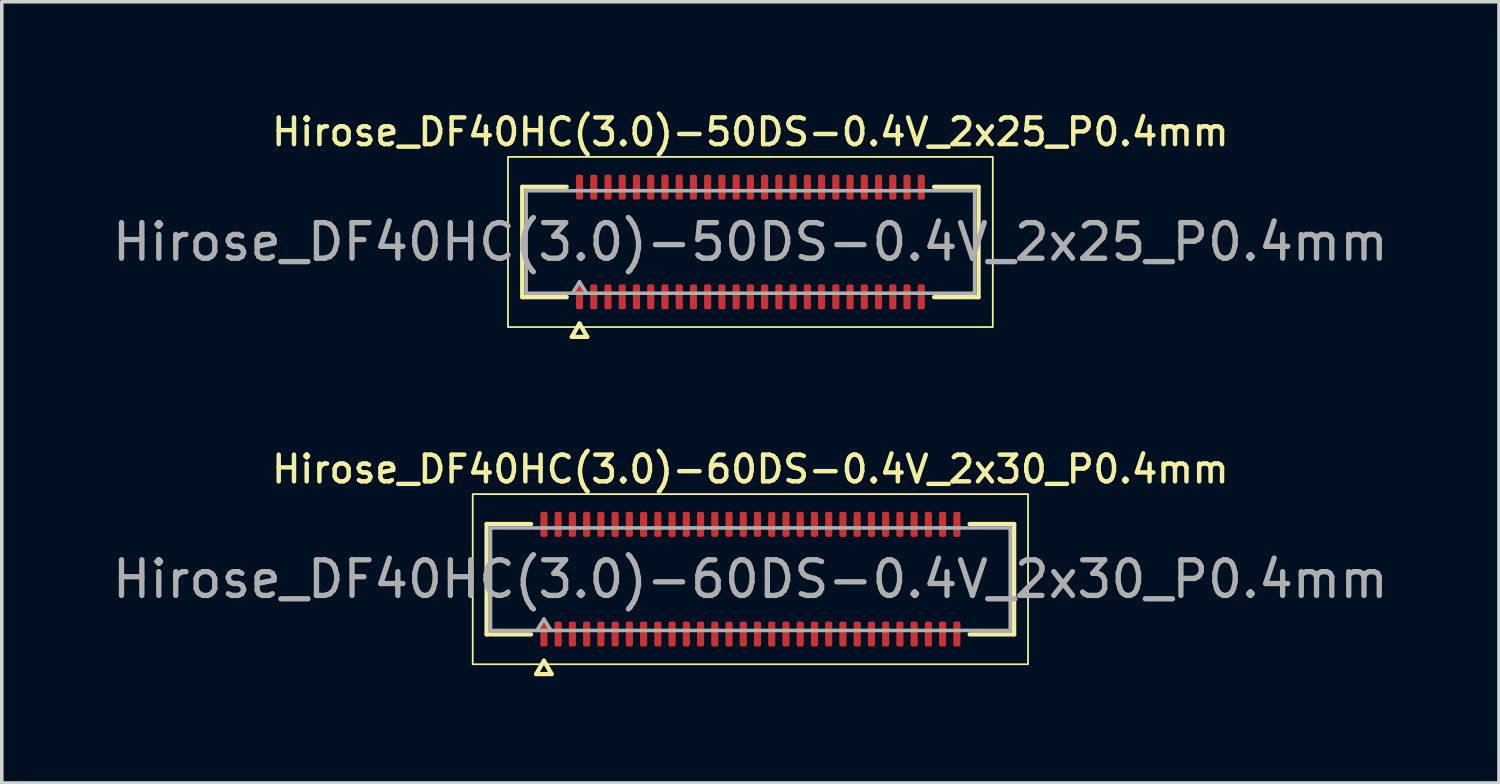
<source format=kicad_pcb>
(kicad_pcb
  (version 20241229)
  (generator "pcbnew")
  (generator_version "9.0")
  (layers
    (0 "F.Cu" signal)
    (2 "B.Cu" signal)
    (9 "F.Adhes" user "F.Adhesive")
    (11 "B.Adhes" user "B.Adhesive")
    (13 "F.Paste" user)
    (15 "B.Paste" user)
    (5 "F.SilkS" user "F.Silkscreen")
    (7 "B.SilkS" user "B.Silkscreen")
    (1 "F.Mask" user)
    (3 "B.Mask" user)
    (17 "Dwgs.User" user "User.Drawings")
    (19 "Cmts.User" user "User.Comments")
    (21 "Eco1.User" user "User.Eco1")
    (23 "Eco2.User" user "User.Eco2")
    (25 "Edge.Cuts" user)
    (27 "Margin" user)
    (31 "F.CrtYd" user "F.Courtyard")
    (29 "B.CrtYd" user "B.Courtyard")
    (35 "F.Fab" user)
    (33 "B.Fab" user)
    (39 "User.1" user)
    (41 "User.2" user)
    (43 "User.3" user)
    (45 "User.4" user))
  (footprint "Hirose_DF40HC(3.0)-50DS-0.4V_2x25_P0.4mm"
    (layer "F.Cu")
    (at 18.03 3.748)
    (property "Reference" "Hirose_DF40HC(3.0)-50DS-0.4V_2x25_P0.4mm" (at 0 -3.09 0) (layer "F.SilkS") (effects (font (size 0.75 0.75) (thickness 0.125))))
    (attr smd)
    (fp_line (start -6.41 -1.55) (end -5.16 -1.55) (stroke (width 0.12) (type solid)) (layer "F.SilkS"))
    (fp_line (start -6.41 1.55) (end -6.41 -1.55) (stroke (width 0.12) (type solid)) (layer "F.SilkS"))
    (fp_line (start -5.16 1.55) (end -6.41 1.55) (stroke (width 0.12) (type solid)) (layer "F.SilkS"))
    (fp_line (start -5.017 2.665) (end -4.8 2.29) (stroke (width 0.12) (type solid)) (layer "F.SilkS"))
    (fp_line (start -4.8 2.29) (end -4.583 2.665) (stroke (width 0.12) (type solid)) (layer "F.SilkS"))
    (fp_line (start -4.583 2.665) (end -5.017 2.665) (stroke (width 0.12) (type solid)) (layer "F.SilkS"))
    (fp_line (start 5.16 -1.55) (end 6.41 -1.55) (stroke (width 0.12) (type solid)) (layer "F.SilkS"))
    (fp_line (start 6.41 -1.55) (end 6.41 1.55) (stroke (width 0.12) (type solid)) (layer "F.SilkS"))
    (fp_line (start 6.41 1.55) (end 5.16 1.55) (stroke (width 0.12) (type solid)) (layer "F.SilkS"))
    (fp_rect (start -6.81 -2.39) (end 6.81 2.39) (stroke (width 0.05) (type solid)) (fill no) (layer "F.SilkS"))
    (fp_line (start -6.3 -1.44) (end 6.3 -1.44) (stroke (width 0.1) (type solid)) (layer "F.Fab"))
    (fp_line (start -6.3 1.44) (end -6.3 -1.44) (stroke (width 0.1) (type solid)) (layer "F.Fab"))
    (fp_line (start -5 1.44) (end -4.8 1.12) (stroke (width 0.1) (type solid)) (layer "F.Fab"))
    (fp_line (start -4.8 1.12) (end -4.6 1.44) (stroke (width 0.1) (type solid)) (layer "F.Fab"))
    (fp_line (start 6.3 -1.44) (end 6.3 1.44) (stroke (width 0.1) (type solid)) (layer "F.Fab"))
    (fp_line (start 6.3 1.44) (end -6.3 1.44) (stroke (width 0.1) (type solid)) (layer "F.Fab"))
    (fp_text user "${REFERENCE}" (at 0 0 0) (layer "F.Fab") (effects (font (size 1 1) (thickness 0.15))))
    (pad "1" smd roundrect (at -4.8 1.54) (size 0.2 0.7) (layers "F.Cu" "F.Mask" "F.Paste") (roundrect_rratio 0.25))
    (pad "2" smd roundrect (at -4.8 -1.54) (size 0.2 0.7) (layers "F.Cu" "F.Mask" "F.Paste") (roundrect_rratio 0.25))
    (pad "3" smd roundrect (at -4.4 1.54) (size 0.2 0.7) (layers "F.Cu" "F.Mask" "F.Paste") (roundrect_rratio 0.25))
    (pad "4" smd roundrect (at -4.4 -1.54) (size 0.2 0.7) (layers "F.Cu" "F.Mask" "F.Paste") (roundrect_rratio 0.25))
    (pad "5" smd roundrect (at -4 1.54) (size 0.2 0.7) (layers "F.Cu" "F.Mask" "F.Paste") (roundrect_rratio 0.25))
    (pad "6" smd roundrect (at -4 -1.54) (size 0.2 0.7) (layers "F.Cu" "F.Mask" "F.Paste") (roundrect_rratio 0.25))
    (pad "7" smd roundrect (at -3.6 1.54) (size 0.2 0.7) (layers "F.Cu" "F.Mask" "F.Paste") (roundrect_rratio 0.25))
    (pad "8" smd roundrect (at -3.6 -1.54) (size 0.2 0.7) (layers "F.Cu" "F.Mask" "F.Paste") (roundrect_rratio 0.25))
    (pad "9" smd roundrect (at -3.2 1.54) (size 0.2 0.7) (layers "F.Cu" "F.Mask" "F.Paste") (roundrect_rratio 0.25))
    (pad "10" smd roundrect (at -3.2 -1.54) (size 0.2 0.7) (layers "F.Cu" "F.Mask" "F.Paste") (roundrect_rratio 0.25))
    (pad "11" smd roundrect (at -2.8 1.54) (size 0.2 0.7) (layers "F.Cu" "F.Mask" "F.Paste") (roundrect_rratio 0.25))
    (pad "12" smd roundrect (at -2.8 -1.54) (size 0.2 0.7) (layers "F.Cu" "F.Mask" "F.Paste") (roundrect_rratio 0.25))
    (pad "13" smd roundrect (at -2.4 1.54) (size 0.2 0.7) (layers "F.Cu" "F.Mask" "F.Paste") (roundrect_rratio 0.25))
    (pad "14" smd roundrect (at -2.4 -1.54) (size 0.2 0.7) (layers "F.Cu" "F.Mask" "F.Paste") (roundrect_rratio 0.25))
    (pad "15" smd roundrect (at -2 1.54) (size 0.2 0.7) (layers "F.Cu" "F.Mask" "F.Paste") (roundrect_rratio 0.25))
    (pad "16" smd roundrect (at -2 -1.54) (size 0.2 0.7) (layers "F.Cu" "F.Mask" "F.Paste") (roundrect_rratio 0.25))
    (pad "17" smd roundrect (at -1.6 1.54) (size 0.2 0.7) (layers "F.Cu" "F.Mask" "F.Paste") (roundrect_rratio 0.25))
    (pad "18" smd roundrect (at -1.6 -1.54) (size 0.2 0.7) (layers "F.Cu" "F.Mask" "F.Paste") (roundrect_rratio 0.25))
    (pad "19" smd roundrect (at -1.2 1.54) (size 0.2 0.7) (layers "F.Cu" "F.Mask" "F.Paste") (roundrect_rratio 0.25))
    (pad "20" smd roundrect (at -1.2 -1.54) (size 0.2 0.7) (layers "F.Cu" "F.Mask" "F.Paste") (roundrect_rratio 0.25))
    (pad "21" smd roundrect (at -0.8 1.54) (size 0.2 0.7) (layers "F.Cu" "F.Mask" "F.Paste") (roundrect_rratio 0.25))
    (pad "22" smd roundrect (at -0.8 -1.54) (size 0.2 0.7) (layers "F.Cu" "F.Mask" "F.Paste") (roundrect_rratio 0.25))
    (pad "23" smd roundrect (at -0.4 1.54) (size 0.2 0.7) (layers "F.Cu" "F.Mask" "F.Paste") (roundrect_rratio 0.25))
    (pad "24" smd roundrect (at -0.4 -1.54) (size 0.2 0.7) (layers "F.Cu" "F.Mask" "F.Paste") (roundrect_rratio 0.25))
    (pad "25" smd roundrect (at 0 1.54) (size 0.2 0.7) (layers "F.Cu" "F.Mask" "F.Paste") (roundrect_rratio 0.25))
    (pad "26" smd roundrect (at 0 -1.54) (size 0.2 0.7) (layers "F.Cu" "F.Mask" "F.Paste") (roundrect_rratio 0.25))
    (pad "27" smd roundrect (at 0.4 1.54) (size 0.2 0.7) (layers "F.Cu" "F.Mask" "F.Paste") (roundrect_rratio 0.25))
    (pad "28" smd roundrect (at 0.4 -1.54) (size 0.2 0.7) (layers "F.Cu" "F.Mask" "F.Paste") (roundrect_rratio 0.25))
    (pad "29" smd roundrect (at 0.8 1.54) (size 0.2 0.7) (layers "F.Cu" "F.Mask" "F.Paste") (roundrect_rratio 0.25))
    (pad "30" smd roundrect (at 0.8 -1.54) (size 0.2 0.7) (layers "F.Cu" "F.Mask" "F.Paste") (roundrect_rratio 0.25))
    (pad "31" smd roundrect (at 1.2 1.54) (size 0.2 0.7) (layers "F.Cu" "F.Mask" "F.Paste") (roundrect_rratio 0.25))
    (pad "32" smd roundrect (at 1.2 -1.54) (size 0.2 0.7) (layers "F.Cu" "F.Mask" "F.Paste") (roundrect_rratio 0.25))
    (pad "33" smd roundrect (at 1.6 1.54) (size 0.2 0.7) (layers "F.Cu" "F.Mask" "F.Paste") (roundrect_rratio 0.25))
    (pad "34" smd roundrect (at 1.6 -1.54) (size 0.2 0.7) (layers "F.Cu" "F.Mask" "F.Paste") (roundrect_rratio 0.25))
    (pad "35" smd roundrect (at 2 1.54) (size 0.2 0.7) (layers "F.Cu" "F.Mask" "F.Paste") (roundrect_rratio 0.25))
    (pad "36" smd roundrect (at 2 -1.54) (size 0.2 0.7) (layers "F.Cu" "F.Mask" "F.Paste") (roundrect_rratio 0.25))
    (pad "37" smd roundrect (at 2.4 1.54) (size 0.2 0.7) (layers "F.Cu" "F.Mask" "F.Paste") (roundrect_rratio 0.25))
    (pad "38" smd roundrect (at 2.4 -1.54) (size 0.2 0.7) (layers "F.Cu" "F.Mask" "F.Paste") (roundrect_rratio 0.25))
    (pad "39" smd roundrect (at 2.8 1.54) (size 0.2 0.7) (layers "F.Cu" "F.Mask" "F.Paste") (roundrect_rratio 0.25))
    (pad "40" smd roundrect (at 2.8 -1.54) (size 0.2 0.7) (layers "F.Cu" "F.Mask" "F.Paste") (roundrect_rratio 0.25))
    (pad "41" smd roundrect (at 3.2 1.54) (size 0.2 0.7) (layers "F.Cu" "F.Mask" "F.Paste") (roundrect_rratio 0.25))
    (pad "42" smd roundrect (at 3.2 -1.54) (size 0.2 0.7) (layers "F.Cu" "F.Mask" "F.Paste") (roundrect_rratio 0.25))
    (pad "43" smd roundrect (at 3.6 1.54) (size 0.2 0.7) (layers "F.Cu" "F.Mask" "F.Paste") (roundrect_rratio 0.25))
    (pad "44" smd roundrect (at 3.6 -1.54) (size 0.2 0.7) (layers "F.Cu" "F.Mask" "F.Paste") (roundrect_rratio 0.25))
    (pad "45" smd roundrect (at 4 1.54) (size 0.2 0.7) (layers "F.Cu" "F.Mask" "F.Paste") (roundrect_rratio 0.25))
    (pad "46" smd roundrect (at 4 -1.54) (size 0.2 0.7) (layers "F.Cu" "F.Mask" "F.Paste") (roundrect_rratio 0.25))
    (pad "47" smd roundrect (at 4.4 1.54) (size 0.2 0.7) (layers "F.Cu" "F.Mask" "F.Paste") (roundrect_rratio 0.25))
    (pad "48" smd roundrect (at 4.4 -1.54) (size 0.2 0.7) (layers "F.Cu" "F.Mask" "F.Paste") (roundrect_rratio 0.25))
    (pad "49" smd roundrect (at 4.8 1.54) (size 0.2 0.7) (layers "F.Cu" "F.Mask" "F.Paste") (roundrect_rratio 0.25))
    (pad "50" smd roundrect (at 4.8 -1.54) (size 0.2 0.7) (layers "F.Cu" "F.Mask" "F.Paste") (roundrect_rratio 0.25)))
  (footprint "Hirose_DF40HC(3.0)-60DS-0.4V_2x30_P0.4mm"
    (layer "F.Cu")
    (at 18.03 13.221)
    (property "Reference" "Hirose_DF40HC(3.0)-60DS-0.4V_2x30_P0.4mm" (at 0 -3.09 0) (layer "F.SilkS") (effects (font (size 0.75 0.75) (thickness 0.125))))
    (attr smd)
    (fp_line (start -7.41 -1.55) (end -6.16 -1.55) (stroke (width 0.12) (type solid)) (layer "F.SilkS"))
    (fp_line (start -7.41 1.55) (end -7.41 -1.55) (stroke (width 0.12) (type solid)) (layer "F.SilkS"))
    (fp_line (start -6.16 1.55) (end -7.41 1.55) (stroke (width 0.12) (type solid)) (layer "F.SilkS"))
    (fp_line (start -6.017 2.665) (end -5.8 2.29) (stroke (width 0.12) (type solid)) (layer "F.SilkS"))
    (fp_line (start -5.8 2.29) (end -5.583 2.665) (stroke (width 0.12) (type solid)) (layer "F.SilkS"))
    (fp_line (start -5.583 2.665) (end -6.017 2.665) (stroke (width 0.12) (type solid)) (layer "F.SilkS"))
    (fp_line (start 6.16 -1.55) (end 7.41 -1.55) (stroke (width 0.12) (type solid)) (layer "F.SilkS"))
    (fp_line (start 7.41 -1.55) (end 7.41 1.55) (stroke (width 0.12) (type solid)) (layer "F.SilkS"))
    (fp_line (start 7.41 1.55) (end 6.16 1.55) (stroke (width 0.12) (type solid)) (layer "F.SilkS"))
    (fp_rect (start -7.8 -2.39) (end 7.8 2.39) (stroke (width 0.05) (type solid)) (fill no) (layer "F.SilkS"))
    (fp_line (start -7.3 -1.44) (end 7.3 -1.44) (stroke (width 0.1) (type solid)) (layer "F.Fab"))
    (fp_line (start -7.3 1.44) (end -7.3 -1.44) (stroke (width 0.1) (type solid)) (layer "F.Fab"))
    (fp_line (start -6 1.44) (end -5.8 1.12) (stroke (width 0.1) (type solid)) (layer "F.Fab"))
    (fp_line (start -5.8 1.12) (end -5.6 1.44) (stroke (width 0.1) (type solid)) (layer "F.Fab"))
    (fp_line (start 7.3 -1.44) (end 7.3 1.44) (stroke (width 0.1) (type solid)) (layer "F.Fab"))
    (fp_line (start 7.3 1.44) (end -7.3 1.44) (stroke (width 0.1) (type solid)) (layer "F.Fab"))
    (fp_text user "${REFERENCE}" (at 0 0 0) (layer "F.Fab") (effects (font (size 1 1) (thickness 0.15))))
    (pad "1" smd roundrect (at -5.8 1.54) (size 0.2 0.7) (layers "F.Cu" "F.Mask" "F.Paste") (roundrect_rratio 0.25))
    (pad "2" smd roundrect (at -5.8 -1.54) (size 0.2 0.7) (layers "F.Cu" "F.Mask" "F.Paste") (roundrect_rratio 0.25))
    (pad "3" smd roundrect (at -5.4 1.54) (size 0.2 0.7) (layers "F.Cu" "F.Mask" "F.Paste") (roundrect_rratio 0.25))
    (pad "4" smd roundrect (at -5.4 -1.54) (size 0.2 0.7) (layers "F.Cu" "F.Mask" "F.Paste") (roundrect_rratio 0.25))
    (pad "5" smd roundrect (at -5 1.54) (size 0.2 0.7) (layers "F.Cu" "F.Mask" "F.Paste") (roundrect_rratio 0.25))
    (pad "6" smd roundrect (at -5 -1.54) (size 0.2 0.7) (layers "F.Cu" "F.Mask" "F.Paste") (roundrect_rratio 0.25))
    (pad "7" smd roundrect (at -4.6 1.54) (size 0.2 0.7) (layers "F.Cu" "F.Mask" "F.Paste") (roundrect_rratio 0.25))
    (pad "8" smd roundrect (at -4.6 -1.54) (size 0.2 0.7) (layers "F.Cu" "F.Mask" "F.Paste") (roundrect_rratio 0.25))
    (pad "9" smd roundrect (at -4.2 1.54) (size 0.2 0.7) (layers "F.Cu" "F.Mask" "F.Paste") (roundrect_rratio 0.25))
    (pad "10" smd roundrect (at -4.2 -1.54) (size 0.2 0.7) (layers "F.Cu" "F.Mask" "F.Paste") (roundrect_rratio 0.25))
    (pad "11" smd roundrect (at -3.8 1.54) (size 0.2 0.7) (layers "F.Cu" "F.Mask" "F.Paste") (roundrect_rratio 0.25))
    (pad "12" smd roundrect (at -3.8 -1.54) (size 0.2 0.7) (layers "F.Cu" "F.Mask" "F.Paste") (roundrect_rratio 0.25))
    (pad "13" smd roundrect (at -3.4 1.54) (size 0.2 0.7) (layers "F.Cu" "F.Mask" "F.Paste") (roundrect_rratio 0.25))
    (pad "14" smd roundrect (at -3.4 -1.54) (size 0.2 0.7) (layers "F.Cu" "F.Mask" "F.Paste") (roundrect_rratio 0.25))
    (pad "15" smd roundrect (at -3 1.54) (size 0.2 0.7) (layers "F.Cu" "F.Mask" "F.Paste") (roundrect_rratio 0.25))
    (pad "16" smd roundrect (at -3 -1.54) (size 0.2 0.7) (layers "F.Cu" "F.Mask" "F.Paste") (roundrect_rratio 0.25))
    (pad "17" smd roundrect (at -2.6 1.54) (size 0.2 0.7) (layers "F.Cu" "F.Mask" "F.Paste") (roundrect_rratio 0.25))
    (pad "18" smd roundrect (at -2.6 -1.54) (size 0.2 0.7) (layers "F.Cu" "F.Mask" "F.Paste") (roundrect_rratio 0.25))
    (pad "19" smd roundrect (at -2.2 1.54) (size 0.2 0.7) (layers "F.Cu" "F.Mask" "F.Paste") (roundrect_rratio 0.25))
    (pad "20" smd roundrect (at -2.2 -1.54) (size 0.2 0.7) (layers "F.Cu" "F.Mask" "F.Paste") (roundrect_rratio 0.25))
    (pad "21" smd roundrect (at -1.8 1.54) (size 0.2 0.7) (layers "F.Cu" "F.Mask" "F.Paste") (roundrect_rratio 0.25))
    (pad "22" smd roundrect (at -1.8 -1.54) (size 0.2 0.7) (layers "F.Cu" "F.Mask" "F.Paste") (roundrect_rratio 0.25))
    (pad "23" smd roundrect (at -1.4 1.54) (size 0.2 0.7) (layers "F.Cu" "F.Mask" "F.Paste") (roundrect_rratio 0.25))
    (pad "24" smd roundrect (at -1.4 -1.54) (size 0.2 0.7) (layers "F.Cu" "F.Mask" "F.Paste") (roundrect_rratio 0.25))
    (pad "25" smd roundrect (at -1 1.54) (size 0.2 0.7) (layers "F.Cu" "F.Mask" "F.Paste") (roundrect_rratio 0.25))
    (pad "26" smd roundrect (at -1 -1.54) (size 0.2 0.7) (layers "F.Cu" "F.Mask" "F.Paste") (roundrect_rratio 0.25))
    (pad "27" smd roundrect (at -0.6 1.54) (size 0.2 0.7) (layers "F.Cu" "F.Mask" "F.Paste") (roundrect_rratio 0.25))
    (pad "28" smd roundrect (at -0.6 -1.54) (size 0.2 0.7) (layers "F.Cu" "F.Mask" "F.Paste") (roundrect_rratio 0.25))
    (pad "29" smd roundrect (at -0.2 1.54) (size 0.2 0.7) (layers "F.Cu" "F.Mask" "F.Paste") (roundrect_rratio 0.25))
    (pad "30" smd roundrect (at -0.2 -1.54) (size 0.2 0.7) (layers "F.Cu" "F.Mask" "F.Paste") (roundrect_rratio 0.25))
    (pad "31" smd roundrect (at 0.2 1.54) (size 0.2 0.7) (layers "F.Cu" "F.Mask" "F.Paste") (roundrect_rratio 0.25))
    (pad "32" smd roundrect (at 0.2 -1.54) (size 0.2 0.7) (layers "F.Cu" "F.Mask" "F.Paste") (roundrect_rratio 0.25))
    (pad "33" smd roundrect (at 0.6 1.54) (size 0.2 0.7) (layers "F.Cu" "F.Mask" "F.Paste") (roundrect_rratio 0.25))
    (pad "34" smd roundrect (at 0.6 -1.54) (size 0.2 0.7) (layers "F.Cu" "F.Mask" "F.Paste") (roundrect_rratio 0.25))
    (pad "35" smd roundrect (at 1 1.54) (size 0.2 0.7) (layers "F.Cu" "F.Mask" "F.Paste") (roundrect_rratio 0.25))
    (pad "36" smd roundrect (at 1 -1.54) (size 0.2 0.7) (layers "F.Cu" "F.Mask" "F.Paste") (roundrect_rratio 0.25))
    (pad "37" smd roundrect (at 1.4 1.54) (size 0.2 0.7) (layers "F.Cu" "F.Mask" "F.Paste") (roundrect_rratio 0.25))
    (pad "38" smd roundrect (at 1.4 -1.54) (size 0.2 0.7) (layers "F.Cu" "F.Mask" "F.Paste") (roundrect_rratio 0.25))
    (pad "39" smd roundrect (at 1.8 1.54) (size 0.2 0.7) (layers "F.Cu" "F.Mask" "F.Paste") (roundrect_rratio 0.25))
    (pad "40" smd roundrect (at 1.8 -1.54) (size 0.2 0.7) (layers "F.Cu" "F.Mask" "F.Paste") (roundrect_rratio 0.25))
    (pad "41" smd roundrect (at 2.2 1.54) (size 0.2 0.7) (layers "F.Cu" "F.Mask" "F.Paste") (roundrect_rratio 0.25))
    (pad "42" smd roundrect (at 2.2 -1.54) (size 0.2 0.7) (layers "F.Cu" "F.Mask" "F.Paste") (roundrect_rratio 0.25))
    (pad "43" smd roundrect (at 2.6 1.54) (size 0.2 0.7) (layers "F.Cu" "F.Mask" "F.Paste") (roundrect_rratio 0.25))
    (pad "44" smd roundrect (at 2.6 -1.54) (size 0.2 0.7) (layers "F.Cu" "F.Mask" "F.Paste") (roundrect_rratio 0.25))
    (pad "45" smd roundrect (at 3 1.54) (size 0.2 0.7) (layers "F.Cu" "F.Mask" "F.Paste") (roundrect_rratio 0.25))
    (pad "46" smd roundrect (at 3 -1.54) (size 0.2 0.7) (layers "F.Cu" "F.Mask" "F.Paste") (roundrect_rratio 0.25))
    (pad "47" smd roundrect (at 3.4 1.54) (size 0.2 0.7) (layers "F.Cu" "F.Mask" "F.Paste") (roundrect_rratio 0.25))
    (pad "48" smd roundrect (at 3.4 -1.54) (size 0.2 0.7) (layers "F.Cu" "F.Mask" "F.Paste") (roundrect_rratio 0.25))
    (pad "49" smd roundrect (at 3.8 1.54) (size 0.2 0.7) (layers "F.Cu" "F.Mask" "F.Paste") (roundrect_rratio 0.25))
    (pad "50" smd roundrect (at 3.8 -1.54) (size 0.2 0.7) (layers "F.Cu" "F.Mask" "F.Paste") (roundrect_rratio 0.25))
    (pad "51" smd roundrect (at 4.2 1.54) (size 0.2 0.7) (layers "F.Cu" "F.Mask" "F.Paste") (roundrect_rratio 0.25))
    (pad "52" smd roundrect (at 4.2 -1.54) (size 0.2 0.7) (layers "F.Cu" "F.Mask" "F.Paste") (roundrect_rratio 0.25))
    (pad "53" smd roundrect (at 4.6 1.54) (size 0.2 0.7) (layers "F.Cu" "F.Mask" "F.Paste") (roundrect_rratio 0.25))
    (pad "54" smd roundrect (at 4.6 -1.54) (size 0.2 0.7) (layers "F.Cu" "F.Mask" "F.Paste") (roundrect_rratio 0.25))
    (pad "55" smd roundrect (at 5 1.54) (size 0.2 0.7) (layers "F.Cu" "F.Mask" "F.Paste") (roundrect_rratio 0.25))
    (pad "56" smd roundrect (at 5 -1.54) (size 0.2 0.7) (layers "F.Cu" "F.Mask" "F.Paste") (roundrect_rratio 0.25))
    (pad "57" smd roundrect (at 5.4 1.54) (size 0.2 0.7) (layers "F.Cu" "F.Mask" "F.Paste") (roundrect_rratio 0.25))
    (pad "58" smd roundrect (at 5.4 -1.54) (size 0.2 0.7) (layers "F.Cu" "F.Mask" "F.Paste") (roundrect_rratio 0.25))
    (pad "59" smd roundrect (at 5.8 1.54) (size 0.2 0.7) (layers "F.Cu" "F.Mask" "F.Paste") (roundrect_rratio 0.25))
    (pad "60" smd roundrect (at 5.8 -1.54) (size 0.2 0.7) (layers "F.Cu" "F.Mask" "F.Paste") (roundrect_rratio 0.25)))
  (gr_rect
    (start -3 -3)
    (end 39.06 18.946)
    (stroke (width 0.1) (type default))
    (fill no)
    (layer "Edge.Cuts")))
</source>
